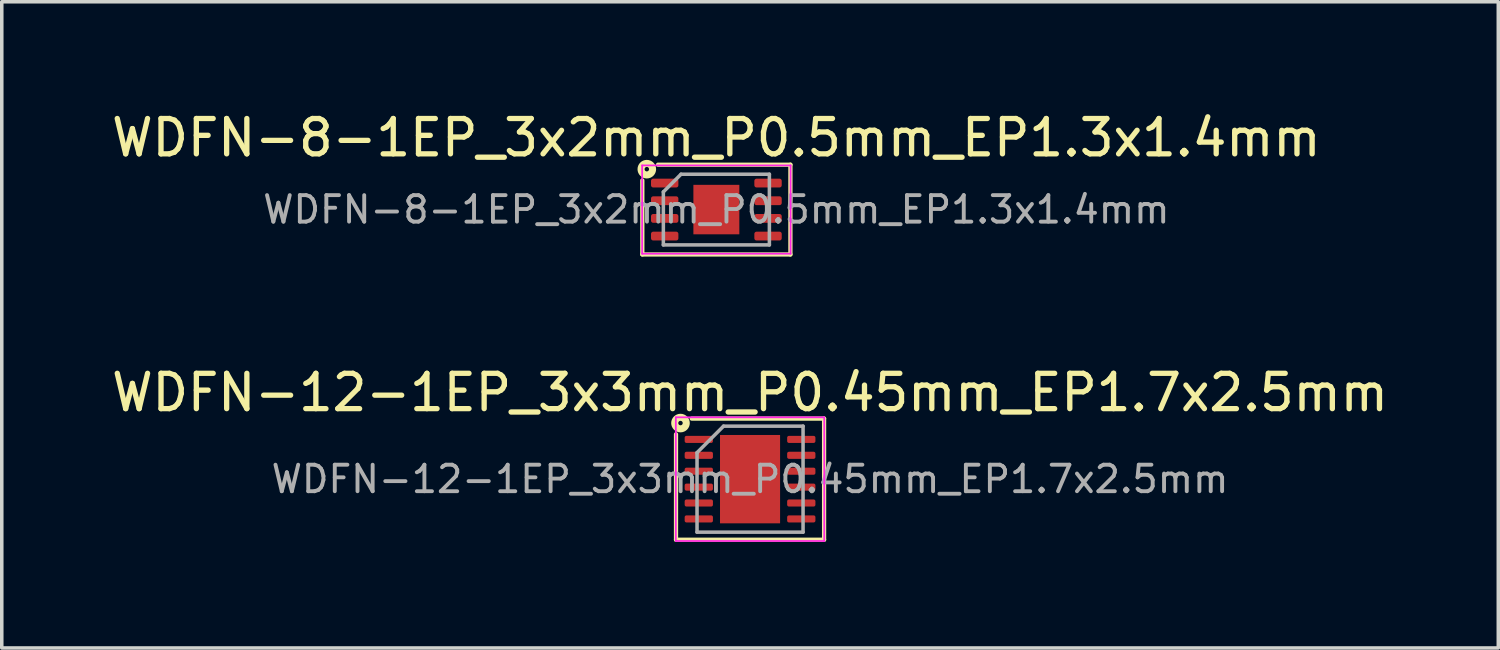
<source format=kicad_pcb>
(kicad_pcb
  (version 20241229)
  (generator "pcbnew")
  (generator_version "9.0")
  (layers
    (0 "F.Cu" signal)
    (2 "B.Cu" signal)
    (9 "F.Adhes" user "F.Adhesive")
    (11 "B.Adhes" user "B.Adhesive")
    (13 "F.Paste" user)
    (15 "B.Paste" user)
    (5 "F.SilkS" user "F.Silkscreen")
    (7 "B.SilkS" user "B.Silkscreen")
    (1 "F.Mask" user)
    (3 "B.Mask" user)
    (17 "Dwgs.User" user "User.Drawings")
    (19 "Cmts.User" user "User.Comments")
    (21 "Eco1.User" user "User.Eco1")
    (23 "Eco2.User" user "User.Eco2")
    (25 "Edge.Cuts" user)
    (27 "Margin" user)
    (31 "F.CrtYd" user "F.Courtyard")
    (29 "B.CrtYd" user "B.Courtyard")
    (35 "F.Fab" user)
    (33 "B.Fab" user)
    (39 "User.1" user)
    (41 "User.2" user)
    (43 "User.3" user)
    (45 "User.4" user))
  (footprint "WDFN-12-1EP_3x3mm_P0.45mm_EP1.7x2.5mm"
    (layer "F.Cu")
    (at 18.173 10.508)
    (property "Reference" "WDFN-12-1EP_3x3mm_P0.45mm_EP1.7x2.5mm" (at 0 -2.45 0) (layer "F.SilkS") (effects (font (size 1 1) (thickness 0.15))))
    (attr smd)
    (fp_line (start -2.095 -1.27) (end -2.095 1.714) (stroke (width 0.12) (type solid)) (layer "F.SilkS"))
    (fp_line (start -2.095 1.714) (end 2.095 1.714) (stroke (width 0.12) (type solid)) (layer "F.SilkS"))
    (fp_line (start 2.095 -1.714) (end -1.651 -1.714) (stroke (width 0.12) (type solid)) (layer "F.SilkS"))
    (fp_line (start 2.095 1.714) (end 2.095 -1.714) (stroke (width 0.12) (type solid)) (layer "F.SilkS"))
    (fp_circle (center -1.968 -1.587) (end -1.905 -1.587) (stroke (width 0.2) (type solid)) (fill no) (layer "F.SilkS"))
    (fp_line (start -2.1 -1.75) (end -2.1 1.75) (stroke (width 0.05) (type solid)) (layer "F.CrtYd"))
    (fp_line (start -2.1 1.75) (end 2.1 1.75) (stroke (width 0.05) (type solid)) (layer "F.CrtYd"))
    (fp_line (start 2.1 -1.75) (end -2.1 -1.75) (stroke (width 0.05) (type solid)) (layer "F.CrtYd"))
    (fp_line (start 2.1 1.75) (end 2.1 -1.75) (stroke (width 0.05) (type solid)) (layer "F.CrtYd"))
    (fp_line (start -1.5 -0.75) (end -0.75 -1.5) (stroke (width 0.1) (type solid)) (layer "F.Fab"))
    (fp_line (start -1.5 1.5) (end -1.5 -0.75) (stroke (width 0.1) (type solid)) (layer "F.Fab"))
    (fp_line (start -0.75 -1.5) (end 1.5 -1.5) (stroke (width 0.1) (type solid)) (layer "F.Fab"))
    (fp_line (start 1.5 -1.5) (end 1.5 1.5) (stroke (width 0.1) (type solid)) (layer "F.Fab"))
    (fp_line (start 1.5 1.5) (end -1.5 1.5) (stroke (width 0.1) (type solid)) (layer "F.Fab"))
    (fp_text user "${REFERENCE}" (at 0 0 0) (layer "F.Fab") (effects (font (size 0.75 0.75) (thickness 0.11))))
    (pad "" smd roundrect (at -0.425 -0.625) (size 0.69 1.01) (layers "F.Paste") (roundrect_rratio 0.25))
    (pad "" smd roundrect (at -0.425 0.625) (size 0.69 1.01) (layers "F.Paste") (roundrect_rratio 0.25))
    (pad "" smd roundrect (at 0.425 -0.625) (size 0.69 1.01) (layers "F.Paste") (roundrect_rratio 0.25))
    (pad "" smd roundrect (at 0.425 0.625) (size 0.69 1.01) (layers "F.Paste") (roundrect_rratio 0.25))
    (pad "1" smd roundrect (at -1.45 -1.125) (size 0.8 0.2) (layers "F.Cu" "F.Mask" "F.Paste") (roundrect_rratio 0.25))
    (pad "2" smd roundrect (at -1.45 -0.675) (size 0.8 0.2) (layers "F.Cu" "F.Mask" "F.Paste") (roundrect_rratio 0.25))
    (pad "3" smd roundrect (at -1.45 -0.225) (size 0.8 0.2) (layers "F.Cu" "F.Mask" "F.Paste") (roundrect_rratio 0.25))
    (pad "4" smd roundrect (at -1.45 0.225) (size 0.8 0.2) (layers "F.Cu" "F.Mask" "F.Paste") (roundrect_rratio 0.25))
    (pad "5" smd roundrect (at -1.45 0.675) (size 0.8 0.2) (layers "F.Cu" "F.Mask" "F.Paste") (roundrect_rratio 0.25))
    (pad "6" smd roundrect (at -1.45 1.125) (size 0.8 0.2) (layers "F.Cu" "F.Mask" "F.Paste") (roundrect_rratio 0.25))
    (pad "7" smd roundrect (at 1.45 1.125) (size 0.8 0.2) (layers "F.Cu" "F.Mask" "F.Paste") (roundrect_rratio 0.25))
    (pad "8" smd roundrect (at 1.45 0.675) (size 0.8 0.2) (layers "F.Cu" "F.Mask" "F.Paste") (roundrect_rratio 0.25))
    (pad "9" smd roundrect (at 1.45 0.225) (size 0.8 0.2) (layers "F.Cu" "F.Mask" "F.Paste") (roundrect_rratio 0.25))
    (pad "10" smd roundrect (at 1.45 -0.225) (size 0.8 0.2) (layers "F.Cu" "F.Mask" "F.Paste") (roundrect_rratio 0.25))
    (pad "11" smd roundrect (at 1.45 -0.675) (size 0.8 0.2) (layers "F.Cu" "F.Mask" "F.Paste") (roundrect_rratio 0.25))
    (pad "12" smd roundrect (at 1.45 -1.125) (size 0.8 0.2) (layers "F.Cu" "F.Mask" "F.Paste") (roundrect_rratio 0.25))
    (pad "13" smd rect (at 0 0) (size 1.7 2.5) (layers "F.Cu" "F.Mask")))
  (footprint "WDFN-8-1EP_3x2mm_P0.5mm_EP1.3x1.4mm"
    (layer "F.Cu")
    (at 17.22 2.88)
    (property "Reference" "WDFN-8-1EP_3x2mm_P0.5mm_EP1.3x1.4mm" (at 0 -2.032 0) (layer "F.SilkS") (effects (font (size 1 1) (thickness 0.15))))
    (attr smd)
    (fp_line (start -2.095 1.27) (end -2.095 -0.826) (stroke (width 0.12) (type solid)) (layer "F.SilkS"))
    (fp_line (start -1.651 -1.27) (end 2.095 -1.27) (stroke (width 0.12) (type solid)) (layer "F.SilkS"))
    (fp_line (start 2.095 -1.27) (end 2.095 1.27) (stroke (width 0.12) (type solid)) (layer "F.SilkS"))
    (fp_line (start 2.095 1.27) (end -2.095 1.27) (stroke (width 0.12) (type solid)) (layer "F.SilkS"))
    (fp_circle (center -1.968 -1.143) (end -1.905 -1.143) (stroke (width 0.2) (type solid)) (fill no) (layer "F.SilkS"))
    (fp_line (start -2.1 -1.25) (end -2.1 1.25) (stroke (width 0.05) (type solid)) (layer "F.CrtYd"))
    (fp_line (start -2.1 1.25) (end 2.1 1.25) (stroke (width 0.05) (type solid)) (layer "F.CrtYd"))
    (fp_line (start 2.1 -1.25) (end -2.1 -1.25) (stroke (width 0.05) (type solid)) (layer "F.CrtYd"))
    (fp_line (start 2.1 1.25) (end 2.1 -1.25) (stroke (width 0.05) (type solid)) (layer "F.CrtYd"))
    (fp_line (start -1.5 -0.5) (end -1 -1) (stroke (width 0.1) (type solid)) (layer "F.Fab"))
    (fp_line (start -1.5 1) (end -1.5 -0.5) (stroke (width 0.1) (type solid)) (layer "F.Fab"))
    (fp_line (start -1 -1) (end 1.5 -1) (stroke (width 0.1) (type solid)) (layer "F.Fab"))
    (fp_line (start 1.5 -1) (end 1.5 1) (stroke (width 0.1) (type solid)) (layer "F.Fab"))
    (fp_line (start 1.5 1) (end -1.5 1) (stroke (width 0.1) (type solid)) (layer "F.Fab"))
    (fp_text user "${REFERENCE}" (at 0 0 0) (layer "F.Fab") (effects (font (size 0.75 0.75) (thickness 0.11))))
    (pad "" smd roundrect (at -0.325 -0.35) (size 0.52 0.56) (layers "F.Paste") (roundrect_rratio 0.25))
    (pad "" smd roundrect (at -0.325 0.35) (size 0.52 0.56) (layers "F.Paste") (roundrect_rratio 0.25))
    (pad "" smd roundrect (at 0.325 -0.35) (size 0.52 0.56) (layers "F.Paste") (roundrect_rratio 0.25))
    (pad "" smd roundrect (at 0.325 0.35) (size 0.52 0.56) (layers "F.Paste") (roundrect_rratio 0.25))
    (pad "1" smd roundrect (at -1.462 -0.75) (size 0.775 0.25) (layers "F.Cu" "F.Mask" "F.Paste") (roundrect_rratio 0.25))
    (pad "2" smd roundrect (at -1.462 -0.25) (size 0.775 0.25) (layers "F.Cu" "F.Mask" "F.Paste") (roundrect_rratio 0.25))
    (pad "3" smd roundrect (at -1.462 0.25) (size 0.775 0.25) (layers "F.Cu" "F.Mask" "F.Paste") (roundrect_rratio 0.25))
    (pad "4" smd roundrect (at -1.462 0.75) (size 0.775 0.25) (layers "F.Cu" "F.Mask" "F.Paste") (roundrect_rratio 0.25))
    (pad "5" smd roundrect (at 1.462 0.75) (size 0.775 0.25) (layers "F.Cu" "F.Mask" "F.Paste") (roundrect_rratio 0.25))
    (pad "6" smd roundrect (at 1.462 0.25) (size 0.775 0.25) (layers "F.Cu" "F.Mask" "F.Paste") (roundrect_rratio 0.25))
    (pad "7" smd roundrect (at 1.462 -0.25) (size 0.775 0.25) (layers "F.Cu" "F.Mask" "F.Paste") (roundrect_rratio 0.25))
    (pad "8" smd roundrect (at 1.462 -0.75) (size 0.775 0.25) (layers "F.Cu" "F.Mask" "F.Paste") (roundrect_rratio 0.25))
    (pad "9" smd rect (at 0 0) (size 1.3 1.4) (layers "F.Cu" "F.Mask")))
  (gr_rect
    (start -3 -3)
    (end 39.345 15.284)
    (stroke (width 0.1) (type default))
    (fill no)
    (layer "Edge.Cuts")))
</source>
